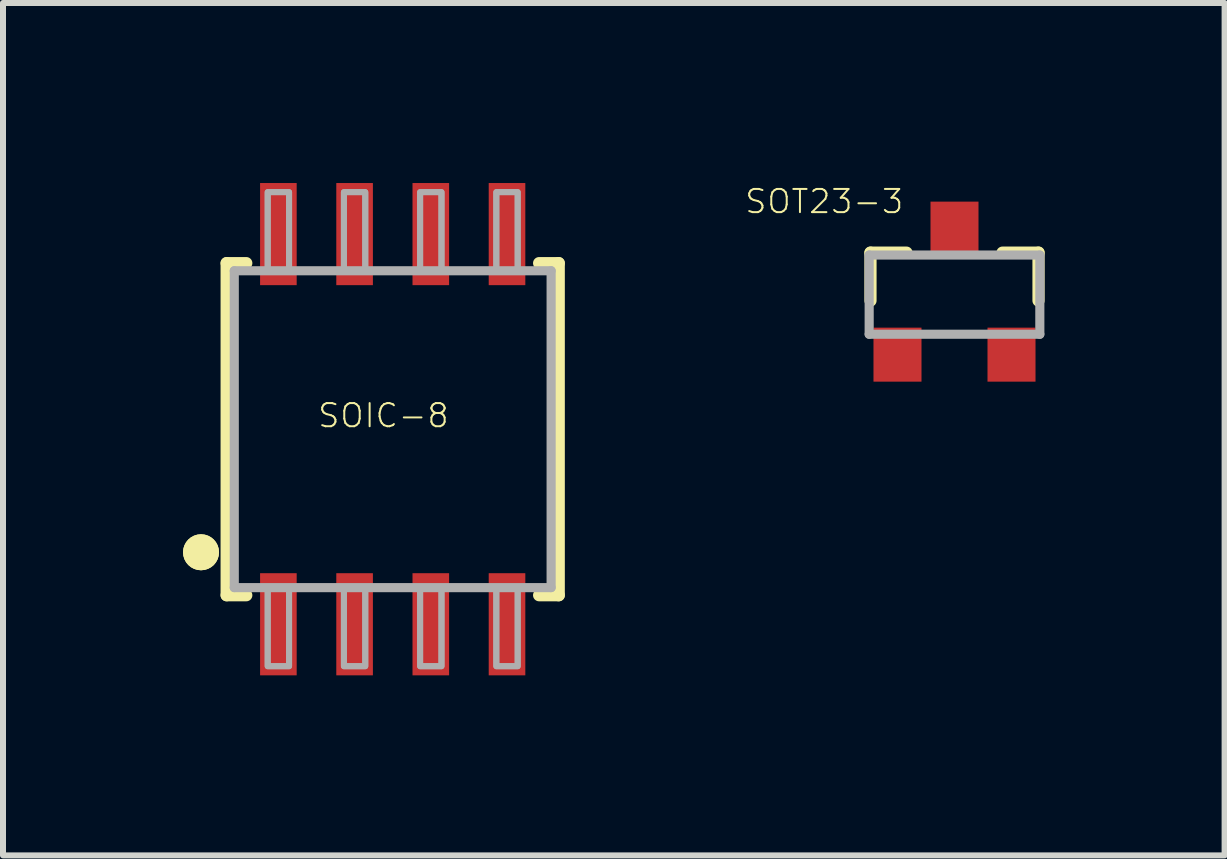
<source format=kicad_pcb>
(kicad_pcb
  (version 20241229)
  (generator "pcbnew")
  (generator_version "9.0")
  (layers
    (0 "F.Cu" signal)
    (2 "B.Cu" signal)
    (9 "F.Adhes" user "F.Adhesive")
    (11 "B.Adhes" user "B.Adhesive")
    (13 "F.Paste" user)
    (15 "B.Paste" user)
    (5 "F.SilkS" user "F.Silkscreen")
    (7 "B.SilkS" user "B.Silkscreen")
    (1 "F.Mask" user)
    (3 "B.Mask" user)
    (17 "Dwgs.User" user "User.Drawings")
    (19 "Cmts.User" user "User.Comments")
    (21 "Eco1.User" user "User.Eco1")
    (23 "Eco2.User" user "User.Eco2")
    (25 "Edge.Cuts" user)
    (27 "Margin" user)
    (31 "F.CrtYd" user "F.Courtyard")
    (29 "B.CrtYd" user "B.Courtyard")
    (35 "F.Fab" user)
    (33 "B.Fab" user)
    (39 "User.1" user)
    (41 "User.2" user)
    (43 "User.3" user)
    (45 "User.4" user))
  (footprint "SOIC-8"
    (layer "F.Cu")
    (at 3.494 4.102)
    (property "Reference" "SOIC-8" (at -1.27 0 0) (layer "F.SilkS") (effects (font (size 0.386 0.386) (thickness 0.033)) (justify left bottom)))
    (attr through_hole)
    (fp_line (start -2.767 -2.767) (end -2.767 2.767) (stroke (width 0.203) (type solid)) (layer "F.SilkS"))
    (fp_line (start -2.767 2.767) (end -2.44 2.767) (stroke (width 0.203) (type solid)) (layer "F.SilkS"))
    (fp_line (start -2.44 -2.767) (end -2.767 -2.767) (stroke (width 0.203) (type solid)) (layer "F.SilkS"))
    (fp_line (start 2.44 2.767) (end 2.767 2.767) (stroke (width 0.203) (type solid)) (layer "F.SilkS"))
    (fp_line (start 2.767 -2.767) (end 2.44 -2.767) (stroke (width 0.203) (type solid)) (layer "F.SilkS"))
    (fp_line (start 2.767 2.767) (end 2.767 -2.767) (stroke (width 0.203) (type solid)) (layer "F.SilkS"))
    (fp_circle (center -3.194 2.051) (end -3.044 2.051) (stroke (width 0.3) (type solid)) (fill no) (layer "F.SilkS"))
    (fp_circle (center -3.194 2.051) (end -3.044 2.051) (stroke (width 0.3) (type solid)) (fill no) (layer "F.SilkS"))
    (fp_line (start -2.64 -2.64) (end -2.64 2.64) (stroke (width 0.152) (type solid)) (layer "F.Fab"))
    (fp_line (start -2.64 2.64) (end 2.64 2.64) (stroke (width 0.152) (type solid)) (layer "F.Fab"))
    (fp_line (start 2.64 -2.64) (end -2.64 -2.64) (stroke (width 0.152) (type solid)) (layer "F.Fab"))
    (fp_line (start 2.64 2.64) (end 2.64 -2.64) (stroke (width 0.152) (type solid)) (layer "F.Fab"))
    (fp_poly (pts (xy -2.083 3.95) (xy -1.727 3.95) (xy -1.727 2.64) (xy -2.083 2.64)) (stroke (width 0.1) (type solid)) (fill no) (layer "F.Fab"))
    (fp_poly (pts (xy -2.083 3.95) (xy -1.727 3.95) (xy -1.727 2.64) (xy -2.083 2.64)) (stroke (width 0.1) (type solid)) (fill no) (layer "F.Fab"))
    (fp_poly (pts (xy -1.727 -3.95) (xy -2.083 -3.95) (xy -2.083 -2.64) (xy -1.727 -2.64)) (stroke (width 0.1) (type solid)) (fill no) (layer "F.Fab"))
    (fp_poly (pts (xy -1.727 -3.95) (xy -2.083 -3.95) (xy -2.083 -2.64) (xy -1.727 -2.64)) (stroke (width 0.1) (type solid)) (fill no) (layer "F.Fab"))
    (fp_poly (pts (xy -0.813 3.95) (xy -0.457 3.95) (xy -0.457 2.64) (xy -0.813 2.64)) (stroke (width 0.1) (type solid)) (fill no) (layer "F.Fab"))
    (fp_poly (pts (xy -0.813 3.95) (xy -0.457 3.95) (xy -0.457 2.64) (xy -0.813 2.64)) (stroke (width 0.1) (type solid)) (fill no) (layer "F.Fab"))
    (fp_poly (pts (xy -0.457 -3.95) (xy -0.813 -3.95) (xy -0.813 -2.64) (xy -0.457 -2.64)) (stroke (width 0.1) (type solid)) (fill no) (layer "F.Fab"))
    (fp_poly (pts (xy -0.457 -3.95) (xy -0.813 -3.95) (xy -0.813 -2.64) (xy -0.457 -2.64)) (stroke (width 0.1) (type solid)) (fill no) (layer "F.Fab"))
    (fp_poly (pts (xy 0.457 3.95) (xy 0.813 3.95) (xy 0.813 2.64) (xy 0.457 2.64)) (stroke (width 0.1) (type solid)) (fill no) (layer "F.Fab"))
    (fp_poly (pts (xy 0.457 3.95) (xy 0.813 3.95) (xy 0.813 2.64) (xy 0.457 2.64)) (stroke (width 0.1) (type solid)) (fill no) (layer "F.Fab"))
    (fp_poly (pts (xy 0.813 -3.95) (xy 0.457 -3.95) (xy 0.457 -2.64) (xy 0.813 -2.64)) (stroke (width 0.1) (type solid)) (fill no) (layer "F.Fab"))
    (fp_poly (pts (xy 0.813 -3.95) (xy 0.457 -3.95) (xy 0.457 -2.64) (xy 0.813 -2.64)) (stroke (width 0.1) (type solid)) (fill no) (layer "F.Fab"))
    (fp_poly (pts (xy 1.727 3.95) (xy 2.083 3.95) (xy 2.083 2.64) (xy 1.727 2.64)) (stroke (width 0.1) (type solid)) (fill no) (layer "F.Fab"))
    (fp_poly (pts (xy 1.727 3.95) (xy 2.083 3.95) (xy 2.083 2.64) (xy 1.727 2.64)) (stroke (width 0.1) (type solid)) (fill no) (layer "F.Fab"))
    (fp_poly (pts (xy 2.083 -3.95) (xy 1.727 -3.95) (xy 1.727 -2.64) (xy 2.083 -2.64)) (stroke (width 0.1) (type solid)) (fill no) (layer "F.Fab"))
    (fp_poly (pts (xy 2.083 -3.95) (xy 1.727 -3.95) (xy 1.727 -2.64) (xy 2.083 -2.64)) (stroke (width 0.1) (type solid)) (fill no) (layer "F.Fab"))
    (pad "1" smd rect (at -1.905 3.251) (size 0.61 1.702) (layers "F.Cu" "F.Mask" "F.Paste"))
    (pad "2" smd rect (at -0.635 3.251) (size 0.61 1.702) (layers "F.Cu" "F.Mask" "F.Paste"))
    (pad "3" smd rect (at 0.635 3.251) (size 0.61 1.702) (layers "F.Cu" "F.Mask" "F.Paste"))
    (pad "4" smd rect (at 1.905 3.251) (size 0.61 1.702) (layers "F.Cu" "F.Mask" "F.Paste"))
    (pad "5" smd rect (at 1.905 -3.251) (size 0.61 1.702) (layers "F.Cu" "F.Mask" "F.Paste"))
    (pad "6" smd rect (at 0.635 -3.251) (size 0.61 1.702) (layers "F.Cu" "F.Mask" "F.Paste"))
    (pad "7" smd rect (at -0.635 -3.251) (size 0.61 1.702) (layers "F.Cu" "F.Mask" "F.Paste"))
    (pad "8" smd rect (at -1.905 -3.251) (size 0.61 1.702) (layers "F.Cu" "F.Mask" "F.Paste")))
  (footprint "SOT23-3"
    (layer "F.Cu")
    (at 12.856 1.86)
    (property "Reference" "SOT23-3" (at -0.826 -1.778 0) (layer "F.SilkS") (effects (font (size 0.386 0.386) (thickness 0.033)) (justify right top)))
    (attr through_hole)
    (fp_line (start -1.4 -0.7) (end -1.4 0.1) (stroke (width 0.203) (type solid)) (layer "F.SilkS"))
    (fp_line (start -0.8 -0.7) (end -1.4 -0.7) (stroke (width 0.203) (type solid)) (layer "F.SilkS"))
    (fp_line (start 0.8 -0.7) (end 1.4 -0.7) (stroke (width 0.203) (type solid)) (layer "F.SilkS"))
    (fp_line (start 1.4 -0.7) (end 1.4 0.1) (stroke (width 0.203) (type solid)) (layer "F.SilkS"))
    (fp_line (start -1.422 -0.66) (end 1.422 -0.66) (stroke (width 0.152) (type solid)) (layer "F.Fab"))
    (fp_line (start -1.422 0.66) (end -1.422 -0.66) (stroke (width 0.152) (type solid)) (layer "F.Fab"))
    (fp_line (start 1.422 -0.66) (end 1.422 0.66) (stroke (width 0.152) (type solid)) (layer "F.Fab"))
    (fp_line (start 1.422 0.66) (end -1.422 0.66) (stroke (width 0.152) (type solid)) (layer "F.Fab"))
    (pad "1" smd rect (at -0.95 1) (size 0.8 0.9) (layers "F.Cu" "F.Mask" "F.Paste"))
    (pad "2" smd rect (at 0.95 1) (size 0.8 0.9) (layers "F.Cu" "F.Mask" "F.Paste"))
    (pad "3" smd rect (at 0 -1.1) (size 0.8 0.9) (layers "F.Cu" "F.Mask" "F.Paste")))
  (gr_rect
    (start -3 -3)
    (end 17.357 11.204)
    (stroke (width 0.1) (type default))
    (fill no)
    (layer "Edge.Cuts")))
</source>
